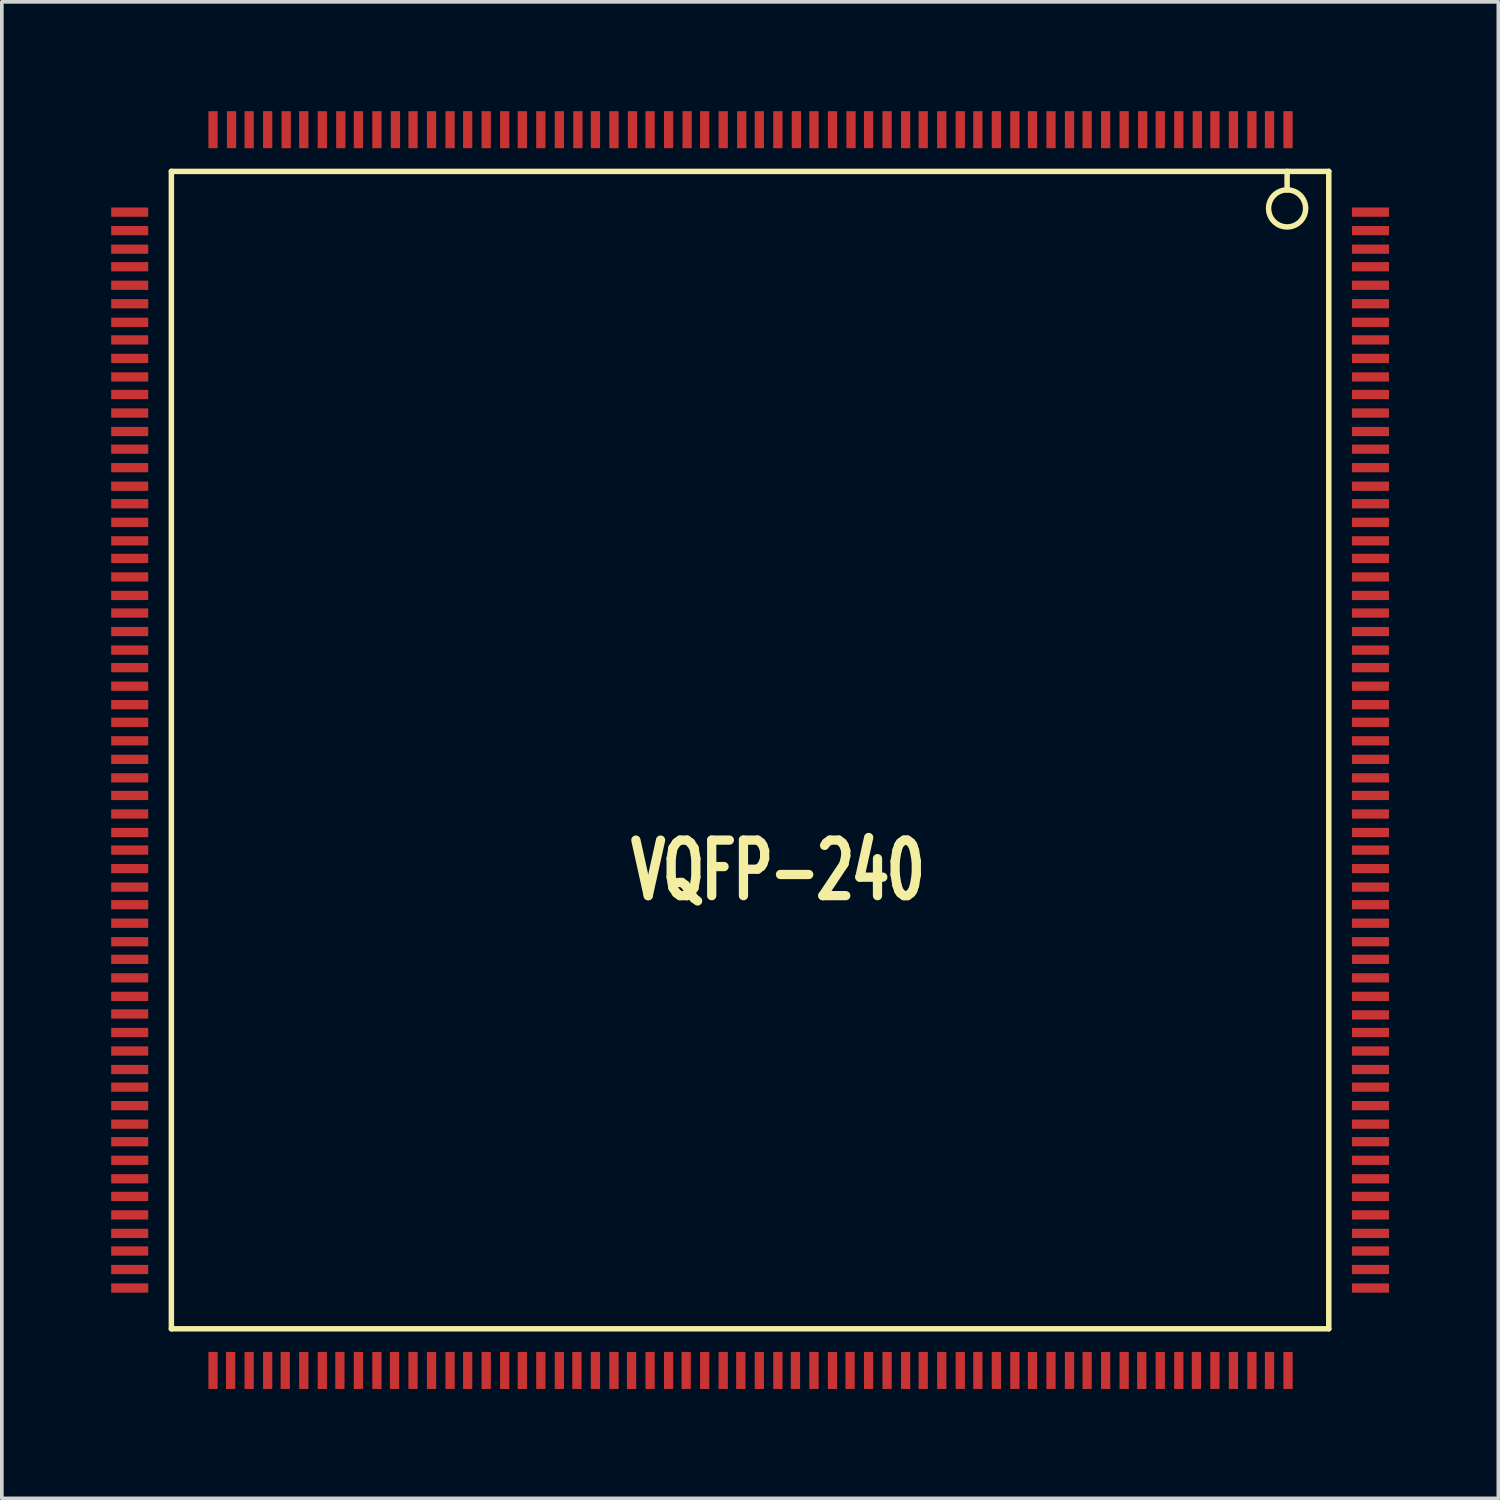
<source format=kicad_pcb>
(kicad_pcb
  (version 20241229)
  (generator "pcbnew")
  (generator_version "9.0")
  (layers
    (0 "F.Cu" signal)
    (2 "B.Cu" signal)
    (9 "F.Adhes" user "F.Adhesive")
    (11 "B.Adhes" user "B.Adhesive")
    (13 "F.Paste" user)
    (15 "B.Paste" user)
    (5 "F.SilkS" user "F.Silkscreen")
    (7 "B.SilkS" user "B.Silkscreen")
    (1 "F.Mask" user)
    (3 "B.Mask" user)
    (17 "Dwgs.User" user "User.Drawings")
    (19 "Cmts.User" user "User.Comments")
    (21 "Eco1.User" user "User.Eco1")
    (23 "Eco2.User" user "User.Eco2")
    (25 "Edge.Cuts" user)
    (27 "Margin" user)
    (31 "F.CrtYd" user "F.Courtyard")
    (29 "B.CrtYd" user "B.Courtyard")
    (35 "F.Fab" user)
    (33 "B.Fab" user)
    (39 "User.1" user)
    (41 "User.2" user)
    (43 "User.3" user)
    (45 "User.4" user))
  (footprint "VQFP-240"
    (layer "F.Cu")
    (at 17.526 17.526)
    (property "Reference" "VQFP-240" (at 0.762 3.302 0) (layer "F.SilkS") (effects (font (size 1.524 1.016) (thickness 0.305))))
    (attr smd)
    (fp_line (start -15.875 -15.875) (end -15.875 15.875) (stroke (width 0.15) (type solid)) (layer "F.SilkS"))
    (fp_line (start -15.875 15.875) (end 15.875 15.875) (stroke (width 0.15) (type solid)) (layer "F.SilkS"))
    (fp_line (start 14.732 -15.875) (end 14.732 -15.367) (stroke (width 0.15) (type solid)) (layer "F.SilkS"))
    (fp_line (start 15.875 -15.875) (end -15.875 -15.875) (stroke (width 0.15) (type solid)) (layer "F.SilkS"))
    (fp_line (start 15.875 -15.875) (end 15.875 15.875) (stroke (width 0.15) (type solid)) (layer "F.SilkS"))
    (fp_circle (center 14.732 -14.859) (end 14.224 -14.859) (stroke (width 0.15) (type solid)) (fill no) (layer "F.SilkS"))
    (pad "1" smd rect (at 14.757 -17.018) (size 0.254 1.016) (layers "F.Cu" "F.Mask" "F.Paste"))
    (pad "2" smd rect (at 14.249 -17.018) (size 0.254 1.016) (layers "F.Cu" "F.Mask" "F.Paste"))
    (pad "3" smd rect (at 13.767 -17.018) (size 0.254 1.016) (layers "F.Cu" "F.Mask" "F.Paste"))
    (pad "4" smd rect (at 13.259 -17.018) (size 0.254 1.016) (layers "F.Cu" "F.Mask" "F.Paste"))
    (pad "5" smd rect (at 12.751 -17.018) (size 0.254 1.016) (layers "F.Cu" "F.Mask" "F.Paste"))
    (pad "6" smd rect (at 12.268 -17.018) (size 0.254 1.016) (layers "F.Cu" "F.Mask" "F.Paste"))
    (pad "7" smd rect (at 11.76 -17.018) (size 0.254 1.016) (layers "F.Cu" "F.Mask" "F.Paste"))
    (pad "8" smd rect (at 11.252 -17.018) (size 0.254 1.016) (layers "F.Cu" "F.Mask" "F.Paste"))
    (pad "9" smd rect (at 10.77 -17.018) (size 0.254 1.016) (layers "F.Cu" "F.Mask" "F.Paste"))
    (pad "10" smd rect (at 10.262 -17.018) (size 0.254 1.016) (layers "F.Cu" "F.Mask" "F.Paste"))
    (pad "11" smd rect (at 9.754 -17.018) (size 0.254 1.016) (layers "F.Cu" "F.Mask" "F.Paste"))
    (pad "12" smd rect (at 9.246 -17.018) (size 0.254 1.016) (layers "F.Cu" "F.Mask" "F.Paste"))
    (pad "13" smd rect (at 8.763 -17.018) (size 0.254 1.016) (layers "F.Cu" "F.Mask" "F.Paste"))
    (pad "14" smd rect (at 8.255 -17.018) (size 0.254 1.016) (layers "F.Cu" "F.Mask" "F.Paste"))
    (pad "15" smd rect (at 7.747 -17.018) (size 0.254 1.016) (layers "F.Cu" "F.Mask" "F.Paste"))
    (pad "16" smd rect (at 7.264 -17.018) (size 0.254 1.016) (layers "F.Cu" "F.Mask" "F.Paste"))
    (pad "17" smd rect (at 6.756 -17.018) (size 0.254 1.016) (layers "F.Cu" "F.Mask" "F.Paste"))
    (pad "18" smd rect (at 6.248 -17.018) (size 0.254 1.016) (layers "F.Cu" "F.Mask" "F.Paste"))
    (pad "19" smd rect (at 5.766 -17.018) (size 0.254 1.016) (layers "F.Cu" "F.Mask" "F.Paste"))
    (pad "20" smd rect (at 5.258 -17.018) (size 0.254 1.016) (layers "F.Cu" "F.Mask" "F.Paste"))
    (pad "21" smd rect (at 4.75 -17.018) (size 0.254 1.016) (layers "F.Cu" "F.Mask" "F.Paste"))
    (pad "22" smd rect (at 4.267 -17.018) (size 0.254 1.016) (layers "F.Cu" "F.Mask" "F.Paste"))
    (pad "23" smd rect (at 3.759 -17.018) (size 0.254 1.016) (layers "F.Cu" "F.Mask" "F.Paste"))
    (pad "24" smd rect (at 3.251 -17.018) (size 0.254 1.016) (layers "F.Cu" "F.Mask" "F.Paste"))
    (pad "25" smd rect (at 2.769 -17.018) (size 0.254 1.016) (layers "F.Cu" "F.Mask" "F.Paste"))
    (pad "26" smd rect (at 2.261 -17.018) (size 0.254 1.016) (layers "F.Cu" "F.Mask" "F.Paste"))
    (pad "27" smd rect (at 1.753 -17.018) (size 0.254 1.016) (layers "F.Cu" "F.Mask" "F.Paste"))
    (pad "28" smd rect (at 1.27 -17.018) (size 0.254 1.016) (layers "F.Cu" "F.Mask" "F.Paste"))
    (pad "29" smd rect (at 0.762 -17.018) (size 0.254 1.016) (layers "F.Cu" "F.Mask" "F.Paste"))
    (pad "30" smd rect (at 0.254 -17.018) (size 0.254 1.016) (layers "F.Cu" "F.Mask" "F.Paste"))
    (pad "31" smd rect (at -0.229 -17.018) (size 0.254 1.016) (layers "F.Cu" "F.Mask" "F.Paste"))
    (pad "32" smd rect (at -0.737 -17.018) (size 0.254 1.016) (layers "F.Cu" "F.Mask" "F.Paste"))
    (pad "33" smd rect (at -1.245 -17.018) (size 0.254 1.016) (layers "F.Cu" "F.Mask" "F.Paste"))
    (pad "34" smd rect (at -1.727 -17.018) (size 0.254 1.016) (layers "F.Cu" "F.Mask" "F.Paste"))
    (pad "35" smd rect (at -2.235 -17.018) (size 0.254 1.016) (layers "F.Cu" "F.Mask" "F.Paste"))
    (pad "36" smd rect (at -2.743 -17.018) (size 0.254 1.016) (layers "F.Cu" "F.Mask" "F.Paste"))
    (pad "37" smd rect (at -3.226 -17.018) (size 0.254 1.016) (layers "F.Cu" "F.Mask" "F.Paste"))
    (pad "38" smd rect (at -3.734 -17.018) (size 0.254 1.016) (layers "F.Cu" "F.Mask" "F.Paste"))
    (pad "39" smd rect (at -4.242 -17.018) (size 0.254 1.016) (layers "F.Cu" "F.Mask" "F.Paste"))
    (pad "40" smd rect (at -4.724 -17.018) (size 0.254 1.016) (layers "F.Cu" "F.Mask" "F.Paste"))
    (pad "41" smd rect (at -5.232 -17.018) (size 0.254 1.016) (layers "F.Cu" "F.Mask" "F.Paste"))
    (pad "42" smd rect (at -5.74 -17.018) (size 0.254 1.016) (layers "F.Cu" "F.Mask" "F.Paste"))
    (pad "43" smd rect (at -6.248 -17.018) (size 0.254 1.016) (layers "F.Cu" "F.Mask" "F.Paste"))
    (pad "44" smd rect (at -6.731 -17.018) (size 0.254 1.016) (layers "F.Cu" "F.Mask" "F.Paste"))
    (pad "45" smd rect (at -7.239 -17.018) (size 0.254 1.016) (layers "F.Cu" "F.Mask" "F.Paste"))
    (pad "46" smd rect (at -7.747 -17.018) (size 0.254 1.016) (layers "F.Cu" "F.Mask" "F.Paste"))
    (pad "47" smd rect (at -8.23 -17.018) (size 0.254 1.016) (layers "F.Cu" "F.Mask" "F.Paste"))
    (pad "48" smd rect (at -8.738 -17.018) (size 0.254 1.016) (layers "F.Cu" "F.Mask" "F.Paste"))
    (pad "49" smd rect (at -9.246 -17.018) (size 0.254 1.016) (layers "F.Cu" "F.Mask" "F.Paste"))
    (pad "50" smd rect (at -9.728 -17.018) (size 0.254 1.016) (layers "F.Cu" "F.Mask" "F.Paste"))
    (pad "51" smd rect (at -10.236 -17.018) (size 0.254 1.016) (layers "F.Cu" "F.Mask" "F.Paste"))
    (pad "52" smd rect (at -10.744 -17.018) (size 0.254 1.016) (layers "F.Cu" "F.Mask" "F.Paste"))
    (pad "53" smd rect (at -11.227 -17.018) (size 0.254 1.016) (layers "F.Cu" "F.Mask" "F.Paste"))
    (pad "54" smd rect (at -11.735 -17.018) (size 0.254 1.016) (layers "F.Cu" "F.Mask" "F.Paste"))
    (pad "55" smd rect (at -12.243 -17.018) (size 0.254 1.016) (layers "F.Cu" "F.Mask" "F.Paste"))
    (pad "56" smd rect (at -12.725 -17.018) (size 0.254 1.016) (layers "F.Cu" "F.Mask" "F.Paste"))
    (pad "57" smd rect (at -13.233 -17.018) (size 0.254 1.016) (layers "F.Cu" "F.Mask" "F.Paste"))
    (pad "58" smd rect (at -13.741 -17.018) (size 0.254 1.016) (layers "F.Cu" "F.Mask" "F.Paste"))
    (pad "59" smd rect (at -14.224 -17.018) (size 0.254 1.016) (layers "F.Cu" "F.Mask" "F.Paste"))
    (pad "60" smd rect (at -14.732 -17.018) (size 0.254 1.016) (layers "F.Cu" "F.Mask" "F.Paste"))
    (pad "61" smd rect (at -17.018 -14.757) (size 1.016 0.254) (layers "F.Cu" "F.Mask" "F.Paste"))
    (pad "62" smd rect (at -17.018 -14.249) (size 1.016 0.254) (layers "F.Cu" "F.Mask" "F.Paste"))
    (pad "63" smd rect (at -17.018 -13.741) (size 1.016 0.254) (layers "F.Cu" "F.Mask" "F.Paste"))
    (pad "64" smd rect (at -17.018 -13.259) (size 1.016 0.254) (layers "F.Cu" "F.Mask" "F.Paste"))
    (pad "65" smd rect (at -17.018 -12.751) (size 1.016 0.254) (layers "F.Cu" "F.Mask" "F.Paste"))
    (pad "66" smd rect (at -17.018 -12.243) (size 1.016 0.254) (layers "F.Cu" "F.Mask" "F.Paste"))
    (pad "67" smd rect (at -17.018 -11.735) (size 1.016 0.254) (layers "F.Cu" "F.Mask" "F.Paste"))
    (pad "68" smd rect (at -17.018 -11.252) (size 1.016 0.254) (layers "F.Cu" "F.Mask" "F.Paste"))
    (pad "69" smd rect (at -17.018 -10.744) (size 1.016 0.254) (layers "F.Cu" "F.Mask" "F.Paste"))
    (pad "70" smd rect (at -17.018 -10.236) (size 1.016 0.254) (layers "F.Cu" "F.Mask" "F.Paste"))
    (pad "71" smd rect (at -17.018 -9.754) (size 1.016 0.254) (layers "F.Cu" "F.Mask" "F.Paste"))
    (pad "72" smd rect (at -17.018 -9.246) (size 1.016 0.254) (layers "F.Cu" "F.Mask" "F.Paste"))
    (pad "73" smd rect (at -17.018 -8.738) (size 1.016 0.254) (layers "F.Cu" "F.Mask" "F.Paste"))
    (pad "74" smd rect (at -17.018 -8.255) (size 1.016 0.254) (layers "F.Cu" "F.Mask" "F.Paste"))
    (pad "75" smd rect (at -17.018 -7.747) (size 1.016 0.254) (layers "F.Cu" "F.Mask" "F.Paste"))
    (pad "76" smd rect (at -17.018 -7.239) (size 1.016 0.254) (layers "F.Cu" "F.Mask" "F.Paste"))
    (pad "77" smd rect (at -17.018 -6.756) (size 1.016 0.254) (layers "F.Cu" "F.Mask" "F.Paste"))
    (pad "78" smd rect (at -17.018 -6.248) (size 1.016 0.254) (layers "F.Cu" "F.Mask" "F.Paste"))
    (pad "79" smd rect (at -17.018 -5.74) (size 1.016 0.254) (layers "F.Cu" "F.Mask" "F.Paste"))
    (pad "80" smd rect (at -17.018 -5.258) (size 1.016 0.254) (layers "F.Cu" "F.Mask" "F.Paste"))
    (pad "81" smd rect (at -17.018 -4.75) (size 1.016 0.254) (layers "F.Cu" "F.Mask" "F.Paste"))
    (pad "82" smd rect (at -17.018 -4.242) (size 1.016 0.254) (layers "F.Cu" "F.Mask" "F.Paste"))
    (pad "83" smd rect (at -17.018 -3.759) (size 1.016 0.254) (layers "F.Cu" "F.Mask" "F.Paste"))
    (pad "84" smd rect (at -17.018 -3.251) (size 1.016 0.254) (layers "F.Cu" "F.Mask" "F.Paste"))
    (pad "85" smd rect (at -17.018 -2.743) (size 1.016 0.254) (layers "F.Cu" "F.Mask" "F.Paste"))
    (pad "86" smd rect (at -17.018 -2.261) (size 1.016 0.254) (layers "F.Cu" "F.Mask" "F.Paste"))
    (pad "87" smd rect (at -17.018 -1.753) (size 1.016 0.254) (layers "F.Cu" "F.Mask" "F.Paste"))
    (pad "88" smd rect (at -17.018 -1.245) (size 1.016 0.254) (layers "F.Cu" "F.Mask" "F.Paste"))
    (pad "89" smd rect (at -17.018 -0.762) (size 1.016 0.254) (layers "F.Cu" "F.Mask" "F.Paste"))
    (pad "90" smd rect (at -17.018 -0.254) (size 1.016 0.254) (layers "F.Cu" "F.Mask" "F.Paste"))
    (pad "91" smd rect (at -17.018 0.254) (size 1.016 0.254) (layers "F.Cu" "F.Mask" "F.Paste"))
    (pad "92" smd rect (at -17.018 0.762) (size 1.016 0.254) (layers "F.Cu" "F.Mask" "F.Paste"))
    (pad "93" smd rect (at -17.018 1.245) (size 1.016 0.254) (layers "F.Cu" "F.Mask" "F.Paste"))
    (pad "94" smd rect (at -17.018 1.753) (size 1.016 0.254) (layers "F.Cu" "F.Mask" "F.Paste"))
    (pad "95" smd rect (at -17.018 2.261) (size 1.016 0.254) (layers "F.Cu" "F.Mask" "F.Paste"))
    (pad "96" smd rect (at -17.018 2.743) (size 1.016 0.254) (layers "F.Cu" "F.Mask" "F.Paste"))
    (pad "97" smd rect (at -17.018 3.251) (size 1.016 0.254) (layers "F.Cu" "F.Mask" "F.Paste"))
    (pad "98" smd rect (at -17.018 3.759) (size 1.016 0.254) (layers "F.Cu" "F.Mask" "F.Paste"))
    (pad "99" smd rect (at -17.018 4.242) (size 1.016 0.254) (layers "F.Cu" "F.Mask" "F.Paste"))
    (pad "100" smd rect (at -17.018 4.75) (size 1.016 0.254) (layers "F.Cu" "F.Mask" "F.Paste"))
    (pad "101" smd rect (at -17.018 5.258) (size 1.016 0.254) (layers "F.Cu" "F.Mask" "F.Paste"))
    (pad "102" smd rect (at -17.018 5.74) (size 1.016 0.254) (layers "F.Cu" "F.Mask" "F.Paste"))
    (pad "103" smd rect (at -17.018 6.248) (size 1.016 0.254) (layers "F.Cu" "F.Mask" "F.Paste"))
    (pad "104" smd rect (at -17.018 6.756) (size 1.016 0.254) (layers "F.Cu" "F.Mask" "F.Paste"))
    (pad "105" smd rect (at -17.018 7.239) (size 1.016 0.254) (layers "F.Cu" "F.Mask" "F.Paste"))
    (pad "106" smd rect (at -17.018 7.747) (size 1.016 0.254) (layers "F.Cu" "F.Mask" "F.Paste"))
    (pad "107" smd rect (at -17.018 8.255) (size 1.016 0.254) (layers "F.Cu" "F.Mask" "F.Paste"))
    (pad "108" smd rect (at -17.018 8.763) (size 1.016 0.254) (layers "F.Cu" "F.Mask" "F.Paste"))
    (pad "109" smd rect (at -17.018 9.246) (size 1.016 0.254) (layers "F.Cu" "F.Mask" "F.Paste"))
    (pad "110" smd rect (at -17.018 9.754) (size 1.016 0.254) (layers "F.Cu" "F.Mask" "F.Paste"))
    (pad "111" smd rect (at -17.018 10.262) (size 1.016 0.254) (layers "F.Cu" "F.Mask" "F.Paste"))
    (pad "112" smd rect (at -17.018 10.744) (size 1.016 0.254) (layers "F.Cu" "F.Mask" "F.Paste"))
    (pad "113" smd rect (at -17.018 11.252) (size 1.016 0.254) (layers "F.Cu" "F.Mask" "F.Paste"))
    (pad "114" smd rect (at -17.018 11.76) (size 1.016 0.254) (layers "F.Cu" "F.Mask" "F.Paste"))
    (pad "115" smd rect (at -17.018 12.243) (size 1.016 0.254) (layers "F.Cu" "F.Mask" "F.Paste"))
    (pad "116" smd rect (at -17.018 12.751) (size 1.016 0.254) (layers "F.Cu" "F.Mask" "F.Paste"))
    (pad "117" smd rect (at -17.018 13.259) (size 1.016 0.254) (layers "F.Cu" "F.Mask" "F.Paste"))
    (pad "118" smd rect (at -17.018 13.741) (size 1.016 0.254) (layers "F.Cu" "F.Mask" "F.Paste"))
    (pad "119" smd rect (at -17.018 14.249) (size 1.016 0.254) (layers "F.Cu" "F.Mask" "F.Paste"))
    (pad "120" smd rect (at -17.018 14.757) (size 1.016 0.254) (layers "F.Cu" "F.Mask" "F.Paste"))
    (pad "121" smd rect (at -14.732 17.018) (size 0.254 1.016) (layers "F.Cu" "F.Mask" "F.Paste"))
    (pad "122" smd rect (at -14.249 17.018) (size 0.254 1.016) (layers "F.Cu" "F.Mask" "F.Paste"))
    (pad "123" smd rect (at -13.741 17.018) (size 0.254 1.016) (layers "F.Cu" "F.Mask" "F.Paste"))
    (pad "124" smd rect (at -13.233 17.018) (size 0.254 1.016) (layers "F.Cu" "F.Mask" "F.Paste"))
    (pad "125" smd rect (at -12.751 17.018) (size 0.254 1.016) (layers "F.Cu" "F.Mask" "F.Paste"))
    (pad "126" smd rect (at -12.243 17.018) (size 0.254 1.016) (layers "F.Cu" "F.Mask" "F.Paste"))
    (pad "127" smd rect (at -11.735 17.018) (size 0.254 1.016) (layers "F.Cu" "F.Mask" "F.Paste"))
    (pad "128" smd rect (at -11.252 17.018) (size 0.254 1.016) (layers "F.Cu" "F.Mask" "F.Paste"))
    (pad "129" smd rect (at -10.744 17.018) (size 0.254 1.016) (layers "F.Cu" "F.Mask" "F.Paste"))
    (pad "130" smd rect (at -10.236 17.018) (size 0.254 1.016) (layers "F.Cu" "F.Mask" "F.Paste"))
    (pad "131" smd rect (at -9.754 17.018) (size 0.254 1.016) (layers "F.Cu" "F.Mask" "F.Paste"))
    (pad "132" smd rect (at -9.246 17.018) (size 0.254 1.016) (layers "F.Cu" "F.Mask" "F.Paste"))
    (pad "133" smd rect (at -8.738 17.018) (size 0.254 1.016) (layers "F.Cu" "F.Mask" "F.Paste"))
    (pad "134" smd rect (at -8.23 17.018) (size 0.254 1.016) (layers "F.Cu" "F.Mask" "F.Paste"))
    (pad "135" smd rect (at -7.747 17.018) (size 0.254 1.016) (layers "F.Cu" "F.Mask" "F.Paste"))
    (pad "136" smd rect (at -7.239 17.018) (size 0.254 1.016) (layers "F.Cu" "F.Mask" "F.Paste"))
    (pad "137" smd rect (at -6.731 17.018) (size 0.254 1.016) (layers "F.Cu" "F.Mask" "F.Paste"))
    (pad "138" smd rect (at -6.248 17.018) (size 0.254 1.016) (layers "F.Cu" "F.Mask" "F.Paste"))
    (pad "139" smd rect (at -5.74 17.018) (size 0.254 1.016) (layers "F.Cu" "F.Mask" "F.Paste"))
    (pad "140" smd rect (at -5.232 17.018) (size 0.254 1.016) (layers "F.Cu" "F.Mask" "F.Paste"))
    (pad "141" smd rect (at -4.75 17.018) (size 0.254 1.016) (layers "F.Cu" "F.Mask" "F.Paste"))
    (pad "142" smd rect (at -4.242 17.018) (size 0.254 1.016) (layers "F.Cu" "F.Mask" "F.Paste"))
    (pad "143" smd rect (at -3.734 17.018) (size 0.254 1.016) (layers "F.Cu" "F.Mask" "F.Paste"))
    (pad "144" smd rect (at -3.251 17.018) (size 0.254 1.016) (layers "F.Cu" "F.Mask" "F.Paste"))
    (pad "145" smd rect (at -2.743 17.018) (size 0.254 1.016) (layers "F.Cu" "F.Mask" "F.Paste"))
    (pad "146" smd rect (at -2.235 17.018) (size 0.254 1.016) (layers "F.Cu" "F.Mask" "F.Paste"))
    (pad "147" smd rect (at -1.753 17.018) (size 0.254 1.016) (layers "F.Cu" "F.Mask" "F.Paste"))
    (pad "148" smd rect (at -1.245 17.018) (size 0.254 1.016) (layers "F.Cu" "F.Mask" "F.Paste"))
    (pad "149" smd rect (at -0.737 17.018) (size 0.254 1.016) (layers "F.Cu" "F.Mask" "F.Paste"))
    (pad "150" smd rect (at -0.254 17.018) (size 0.254 1.016) (layers "F.Cu" "F.Mask" "F.Paste"))
    (pad "151" smd rect (at 0.254 17.018) (size 0.254 1.016) (layers "F.Cu" "F.Mask" "F.Paste"))
    (pad "152" smd rect (at 0.762 17.018) (size 0.254 1.016) (layers "F.Cu" "F.Mask" "F.Paste"))
    (pad "153" smd rect (at 1.245 17.018) (size 0.254 1.016) (layers "F.Cu" "F.Mask" "F.Paste"))
    (pad "154" smd rect (at 1.753 17.018) (size 0.254 1.016) (layers "F.Cu" "F.Mask" "F.Paste"))
    (pad "155" smd rect (at 2.261 17.018) (size 0.254 1.016) (layers "F.Cu" "F.Mask" "F.Paste"))
    (pad "156" smd rect (at 2.743 17.018) (size 0.254 1.016) (layers "F.Cu" "F.Mask" "F.Paste"))
    (pad "157" smd rect (at 3.251 17.018) (size 0.254 1.016) (layers "F.Cu" "F.Mask" "F.Paste"))
    (pad "158" smd rect (at 3.759 17.018) (size 0.254 1.016) (layers "F.Cu" "F.Mask" "F.Paste"))
    (pad "159" smd rect (at 4.267 17.018) (size 0.254 1.016) (layers "F.Cu" "F.Mask" "F.Paste"))
    (pad "160" smd rect (at 4.75 17.018) (size 0.254 1.016) (layers "F.Cu" "F.Mask" "F.Paste"))
    (pad "161" smd rect (at 5.258 17.018) (size 0.254 1.016) (layers "F.Cu" "F.Mask" "F.Paste"))
    (pad "162" smd rect (at 5.766 17.018) (size 0.254 1.016) (layers "F.Cu" "F.Mask" "F.Paste"))
    (pad "163" smd rect (at 6.248 17.018) (size 0.254 1.016) (layers "F.Cu" "F.Mask" "F.Paste"))
    (pad "164" smd rect (at 6.756 17.018) (size 0.254 1.016) (layers "F.Cu" "F.Mask" "F.Paste"))
    (pad "165" smd rect (at 7.264 17.018) (size 0.254 1.016) (layers "F.Cu" "F.Mask" "F.Paste"))
    (pad "166" smd rect (at 7.747 17.018) (size 0.254 1.016) (layers "F.Cu" "F.Mask" "F.Paste"))
    (pad "167" smd rect (at 8.255 17.018) (size 0.254 1.016) (layers "F.Cu" "F.Mask" "F.Paste"))
    (pad "168" smd rect (at 8.763 17.018) (size 0.254 1.016) (layers "F.Cu" "F.Mask" "F.Paste"))
    (pad "169" smd rect (at 9.246 17.018) (size 0.254 1.016) (layers "F.Cu" "F.Mask" "F.Paste"))
    (pad "170" smd rect (at 9.754 17.018) (size 0.254 1.016) (layers "F.Cu" "F.Mask" "F.Paste"))
    (pad "171" smd rect (at 10.262 17.018) (size 0.254 1.016) (layers "F.Cu" "F.Mask" "F.Paste"))
    (pad "172" smd rect (at 10.744 17.018) (size 0.254 1.016) (layers "F.Cu" "F.Mask" "F.Paste"))
    (pad "173" smd rect (at 11.252 17.018) (size 0.254 1.016) (layers "F.Cu" "F.Mask" "F.Paste"))
    (pad "174" smd rect (at 11.76 17.018) (size 0.254 1.016) (layers "F.Cu" "F.Mask" "F.Paste"))
    (pad "175" smd rect (at 12.243 17.018) (size 0.254 1.016) (layers "F.Cu" "F.Mask" "F.Paste"))
    (pad "176" smd rect (at 12.751 17.018) (size 0.254 1.016) (layers "F.Cu" "F.Mask" "F.Paste"))
    (pad "177" smd rect (at 13.259 17.018) (size 0.254 1.016) (layers "F.Cu" "F.Mask" "F.Paste"))
    (pad "178" smd rect (at 13.767 17.018) (size 0.254 1.016) (layers "F.Cu" "F.Mask" "F.Paste"))
    (pad "179" smd rect (at 14.249 17.018) (size 0.254 1.016) (layers "F.Cu" "F.Mask" "F.Paste"))
    (pad "180" smd rect (at 14.757 17.018) (size 0.254 1.016) (layers "F.Cu" "F.Mask" "F.Paste"))
    (pad "181" smd rect (at 17.018 14.757) (size 1.016 0.254) (layers "F.Cu" "F.Mask" "F.Paste"))
    (pad "182" smd rect (at 17.018 14.249) (size 1.016 0.254) (layers "F.Cu" "F.Mask" "F.Paste"))
    (pad "183" smd rect (at 17.018 13.741) (size 1.016 0.254) (layers "F.Cu" "F.Mask" "F.Paste"))
    (pad "184" smd rect (at 17.018 13.259) (size 1.016 0.254) (layers "F.Cu" "F.Mask" "F.Paste"))
    (pad "185" smd rect (at 17.018 12.751) (size 1.016 0.254) (layers "F.Cu" "F.Mask" "F.Paste"))
    (pad "186" smd rect (at 17.018 12.243) (size 1.016 0.254) (layers "F.Cu" "F.Mask" "F.Paste"))
    (pad "187" smd rect (at 17.018 11.76) (size 1.016 0.254) (layers "F.Cu" "F.Mask" "F.Paste"))
    (pad "188" smd rect (at 17.018 11.252) (size 1.016 0.254) (layers "F.Cu" "F.Mask" "F.Paste"))
    (pad "189" smd rect (at 17.018 10.744) (size 1.016 0.254) (layers "F.Cu" "F.Mask" "F.Paste"))
    (pad "190" smd rect (at 17.018 10.262) (size 1.016 0.254) (layers "F.Cu" "F.Mask" "F.Paste"))
    (pad "191" smd rect (at 17.018 9.754) (size 1.016 0.254) (layers "F.Cu" "F.Mask" "F.Paste"))
    (pad "192" smd rect (at 17.018 9.246) (size 1.016 0.254) (layers "F.Cu" "F.Mask" "F.Paste"))
    (pad "193" smd rect (at 17.018 8.763) (size 1.016 0.254) (layers "F.Cu" "F.Mask" "F.Paste"))
    (pad "194" smd rect (at 17.018 8.255) (size 1.016 0.254) (layers "F.Cu" "F.Mask" "F.Paste"))
    (pad "195" smd rect (at 17.018 7.747) (size 1.016 0.254) (layers "F.Cu" "F.Mask" "F.Paste"))
    (pad "196" smd rect (at 17.018 7.264) (size 1.016 0.254) (layers "F.Cu" "F.Mask" "F.Paste"))
    (pad "197" smd rect (at 17.018 6.756) (size 1.016 0.254) (layers "F.Cu" "F.Mask" "F.Paste"))
    (pad "198" smd rect (at 17.018 6.248) (size 1.016 0.254) (layers "F.Cu" "F.Mask" "F.Paste"))
    (pad "199" smd rect (at 17.018 5.74) (size 1.016 0.254) (layers "F.Cu" "F.Mask" "F.Paste"))
    (pad "200" smd rect (at 17.018 5.258) (size 1.016 0.254) (layers "F.Cu" "F.Mask" "F.Paste"))
    (pad "201" smd rect (at 17.018 4.75) (size 1.016 0.254) (layers "F.Cu" "F.Mask" "F.Paste"))
    (pad "202" smd rect (at 17.018 4.242) (size 1.016 0.254) (layers "F.Cu" "F.Mask" "F.Paste"))
    (pad "203" smd rect (at 17.018 3.759) (size 1.016 0.254) (layers "F.Cu" "F.Mask" "F.Paste"))
    (pad "204" smd rect (at 17.018 3.251) (size 1.016 0.254) (layers "F.Cu" "F.Mask" "F.Paste"))
    (pad "205" smd rect (at 17.018 2.743) (size 1.016 0.254) (layers "F.Cu" "F.Mask" "F.Paste"))
    (pad "206" smd rect (at 17.018 2.261) (size 1.016 0.254) (layers "F.Cu" "F.Mask" "F.Paste"))
    (pad "207" smd rect (at 17.018 1.753) (size 1.016 0.254) (layers "F.Cu" "F.Mask" "F.Paste"))
    (pad "208" smd rect (at 17.018 1.245) (size 1.016 0.254) (layers "F.Cu" "F.Mask" "F.Paste"))
    (pad "209" smd rect (at 17.018 0.762) (size 1.016 0.254) (layers "F.Cu" "F.Mask" "F.Paste"))
    (pad "210" smd rect (at 17.018 0.254) (size 1.016 0.254) (layers "F.Cu" "F.Mask" "F.Paste"))
    (pad "211" smd rect (at 17.018 -0.254) (size 1.016 0.254) (layers "F.Cu" "F.Mask" "F.Paste"))
    (pad "212" smd rect (at 17.018 -0.762) (size 1.016 0.254) (layers "F.Cu" "F.Mask" "F.Paste"))
    (pad "213" smd rect (at 17.018 -1.245) (size 1.016 0.254) (layers "F.Cu" "F.Mask" "F.Paste"))
    (pad "214" smd rect (at 17.018 -1.753) (size 1.016 0.254) (layers "F.Cu" "F.Mask" "F.Paste"))
    (pad "215" smd rect (at 17.018 -2.261) (size 1.016 0.254) (layers "F.Cu" "F.Mask" "F.Paste"))
    (pad "216" smd rect (at 17.018 -2.743) (size 1.016 0.254) (layers "F.Cu" "F.Mask" "F.Paste"))
    (pad "217" smd rect (at 17.018 -3.251) (size 1.016 0.254) (layers "F.Cu" "F.Mask" "F.Paste"))
    (pad "218" smd rect (at 17.018 -3.759) (size 1.016 0.254) (layers "F.Cu" "F.Mask" "F.Paste"))
    (pad "219" smd rect (at 17.018 -4.242) (size 1.016 0.254) (layers "F.Cu" "F.Mask" "F.Paste"))
    (pad "220" smd rect (at 17.018 -4.75) (size 1.016 0.254) (layers "F.Cu" "F.Mask" "F.Paste"))
    (pad "221" smd rect (at 17.018 -5.258) (size 1.016 0.254) (layers "F.Cu" "F.Mask" "F.Paste"))
    (pad "222" smd rect (at 17.018 -5.74) (size 1.016 0.254) (layers "F.Cu" "F.Mask" "F.Paste"))
    (pad "223" smd rect (at 17.018 -6.248) (size 1.016 0.254) (layers "F.Cu" "F.Mask" "F.Paste"))
    (pad "224" smd rect (at 17.018 -6.756) (size 1.016 0.254) (layers "F.Cu" "F.Mask" "F.Paste"))
    (pad "225" smd rect (at 17.018 -7.239) (size 1.016 0.254) (layers "F.Cu" "F.Mask" "F.Paste"))
    (pad "226" smd rect (at 17.018 -7.747) (size 1.016 0.254) (layers "F.Cu" "F.Mask" "F.Paste"))
    (pad "227" smd rect (at 17.018 -8.255) (size 1.016 0.254) (layers "F.Cu" "F.Mask" "F.Paste"))
    (pad "228" smd rect (at 17.018 -8.738) (size 1.016 0.254) (layers "F.Cu" "F.Mask" "F.Paste"))
    (pad "229" smd rect (at 17.018 -9.246) (size 1.016 0.254) (layers "F.Cu" "F.Mask" "F.Paste"))
    (pad "230" smd rect (at 17.018 -9.754) (size 1.016 0.254) (layers "F.Cu" "F.Mask" "F.Paste"))
    (pad "231" smd rect (at 17.018 -10.236) (size 1.016 0.254) (layers "F.Cu" "F.Mask" "F.Paste"))
    (pad "232" smd rect (at 17.018 -10.744) (size 1.016 0.254) (layers "F.Cu" "F.Mask" "F.Paste"))
    (pad "233" smd rect (at 17.018 -11.252) (size 1.016 0.254) (layers "F.Cu" "F.Mask" "F.Paste"))
    (pad "234" smd rect (at 17.018 -11.735) (size 1.016 0.254) (layers "F.Cu" "F.Mask" "F.Paste"))
    (pad "235" smd rect (at 17.018 -12.243) (size 1.016 0.254) (layers "F.Cu" "F.Mask" "F.Paste"))
    (pad "236" smd rect (at 17.018 -12.751) (size 1.016 0.254) (layers "F.Cu" "F.Mask" "F.Paste"))
    (pad "237" smd rect (at 17.018 -13.259) (size 1.016 0.254) (layers "F.Cu" "F.Mask" "F.Paste"))
    (pad "238" smd rect (at 17.018 -13.741) (size 1.016 0.254) (layers "F.Cu" "F.Mask" "F.Paste"))
    (pad "239" smd rect (at 17.018 -14.249) (size 1.016 0.254) (layers "F.Cu" "F.Mask" "F.Paste"))
    (pad "240" smd rect (at 17.018 -14.757) (size 1.016 0.254) (layers "F.Cu" "F.Mask" "F.Paste")))
  (gr_rect
    (start -3 -3)
    (end 38.052 38.052)
    (stroke (width 0.1) (type default))
    (fill no)
    (layer "Edge.Cuts")))
</source>
